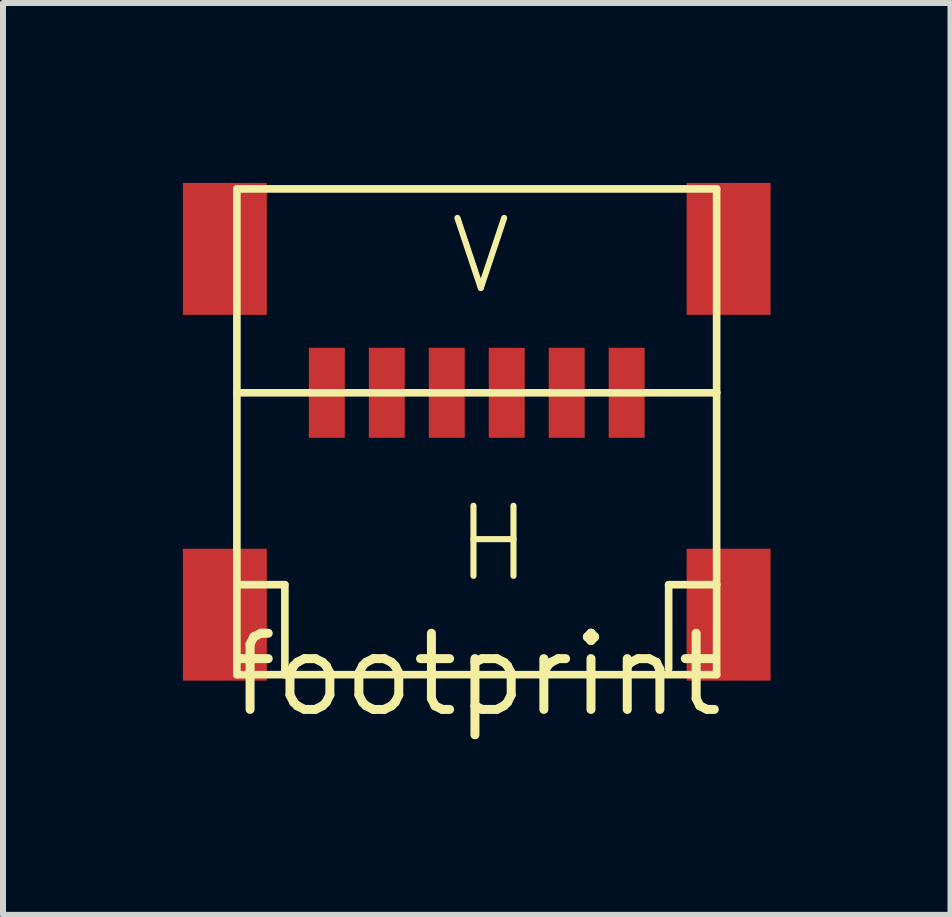
<source format=kicad_pcb>
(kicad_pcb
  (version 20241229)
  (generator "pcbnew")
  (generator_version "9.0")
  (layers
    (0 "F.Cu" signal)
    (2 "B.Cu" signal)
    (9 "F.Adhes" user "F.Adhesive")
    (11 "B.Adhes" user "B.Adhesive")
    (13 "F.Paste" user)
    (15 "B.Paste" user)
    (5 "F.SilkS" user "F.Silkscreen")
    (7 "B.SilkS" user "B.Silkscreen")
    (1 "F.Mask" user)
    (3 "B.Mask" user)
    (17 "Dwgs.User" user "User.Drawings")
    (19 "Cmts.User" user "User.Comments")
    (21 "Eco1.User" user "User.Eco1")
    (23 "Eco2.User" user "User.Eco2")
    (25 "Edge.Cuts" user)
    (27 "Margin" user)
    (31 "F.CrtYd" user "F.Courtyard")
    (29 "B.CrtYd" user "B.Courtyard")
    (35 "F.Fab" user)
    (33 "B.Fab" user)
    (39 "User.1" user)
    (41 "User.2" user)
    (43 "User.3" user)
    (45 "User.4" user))
  (footprint "footprint"
    (layer "F.Cu")
    (at 4.9 8.2)
    (property "Reference" "footprint" (at 0 0 0) (layer "F.SilkS") (effects (font (size 1.27 1.27) (thickness 0.15))))
    (fp_line (start -4 -8.1) (end 4 -8.1) (stroke (width 0.127) (type solid)) (layer "F.SilkS"))
    (fp_line (start -4 -4.7) (end -4 -8.1) (stroke (width 0.127) (type solid)) (layer "F.SilkS"))
    (fp_line (start -4 -4.7) (end 4 -4.7) (stroke (width 0.127) (type solid)) (layer "F.SilkS"))
    (fp_line (start -4 -1.5) (end -4 -4.7) (stroke (width 0.127) (type solid)) (layer "F.SilkS"))
    (fp_line (start -4 0) (end -4 -1.5) (stroke (width 0.127) (type solid)) (layer "F.SilkS"))
    (fp_line (start -3.2 -1.5) (end -4 -1.5) (stroke (width 0.127) (type solid)) (layer "F.SilkS"))
    (fp_line (start -3.2 0) (end -4 0) (stroke (width 0.127) (type solid)) (layer "F.SilkS"))
    (fp_line (start -3.2 0) (end -3.2 -1.5) (stroke (width 0.127) (type solid)) (layer "F.SilkS"))
    (fp_line (start 3.2 -1.5) (end 4 -1.5) (stroke (width 0.127) (type solid)) (layer "F.SilkS"))
    (fp_line (start 3.2 -0.1) (end 3.2 -1.5) (stroke (width 0.127) (type solid)) (layer "F.SilkS"))
    (fp_line (start 4 -8.1) (end 4 -4.7) (stroke (width 0.127) (type solid)) (layer "F.SilkS"))
    (fp_line (start 4 -4.7) (end 4 -1.5) (stroke (width 0.127) (type solid)) (layer "F.SilkS"))
    (fp_line (start 4 -1.5) (end 4 0) (stroke (width 0.127) (type solid)) (layer "F.SilkS"))
    (fp_line (start 4 0) (end -3.2 0) (stroke (width 0.127) (type solid)) (layer "F.SilkS"))
    (fp_text user "H" (at -0.4 -1.5 0) (layer "F.SilkS") (effects (font (size 1.168 1.168) (thickness 0.102)) (justify left bottom)))
    (fp_text user "V" (at -0.5 -6.3 0) (layer "F.SilkS") (effects (font (size 1.168 1.168) (thickness 0.102)) (justify left bottom)))
    (pad "1" smd rect (at -2.5 -4.7) (size 0.6 1.5) (layers "F.Cu" "F.Mask" "F.Paste"))
    (pad "2" smd rect (at -1.5 -4.7) (size 0.6 1.5) (layers "F.Cu" "F.Mask" "F.Paste"))
    (pad "3" smd rect (at -0.5 -4.7) (size 0.6 1.5) (layers "F.Cu" "F.Mask" "F.Paste"))
    (pad "4" smd rect (at 0.5 -4.7) (size 0.6 1.5) (layers "F.Cu" "F.Mask" "F.Paste"))
    (pad "5" smd rect (at 1.5 -4.7) (size 0.6 1.5) (layers "F.Cu" "F.Mask" "F.Paste"))
    (pad "6" smd rect (at 2.5 -4.7) (size 0.6 1.5) (layers "F.Cu" "F.Mask" "F.Paste"))
    (pad "MT1" smd rect (at -4.2 -1) (size 1.4 2.2) (layers "F.Cu" "F.Mask" "F.Paste"))
    (pad "MT2" smd rect (at 4.2 -1) (size 1.4 2.2) (layers "F.Cu" "F.Mask" "F.Paste"))
    (pad "MT3" smd rect (at -4.2 -7.1) (size 1.4 2.2) (layers "F.Cu" "F.Mask" "F.Paste"))
    (pad "MT4" smd rect (at 4.2 -7.1) (size 1.4 2.2) (layers "F.Cu" "F.Mask" "F.Paste")))
  (gr_rect
    (start -3 -3)
    (end 12.8 12.206)
    (stroke (width 0.1) (type default))
    (fill no)
    (layer "Edge.Cuts")))
</source>
